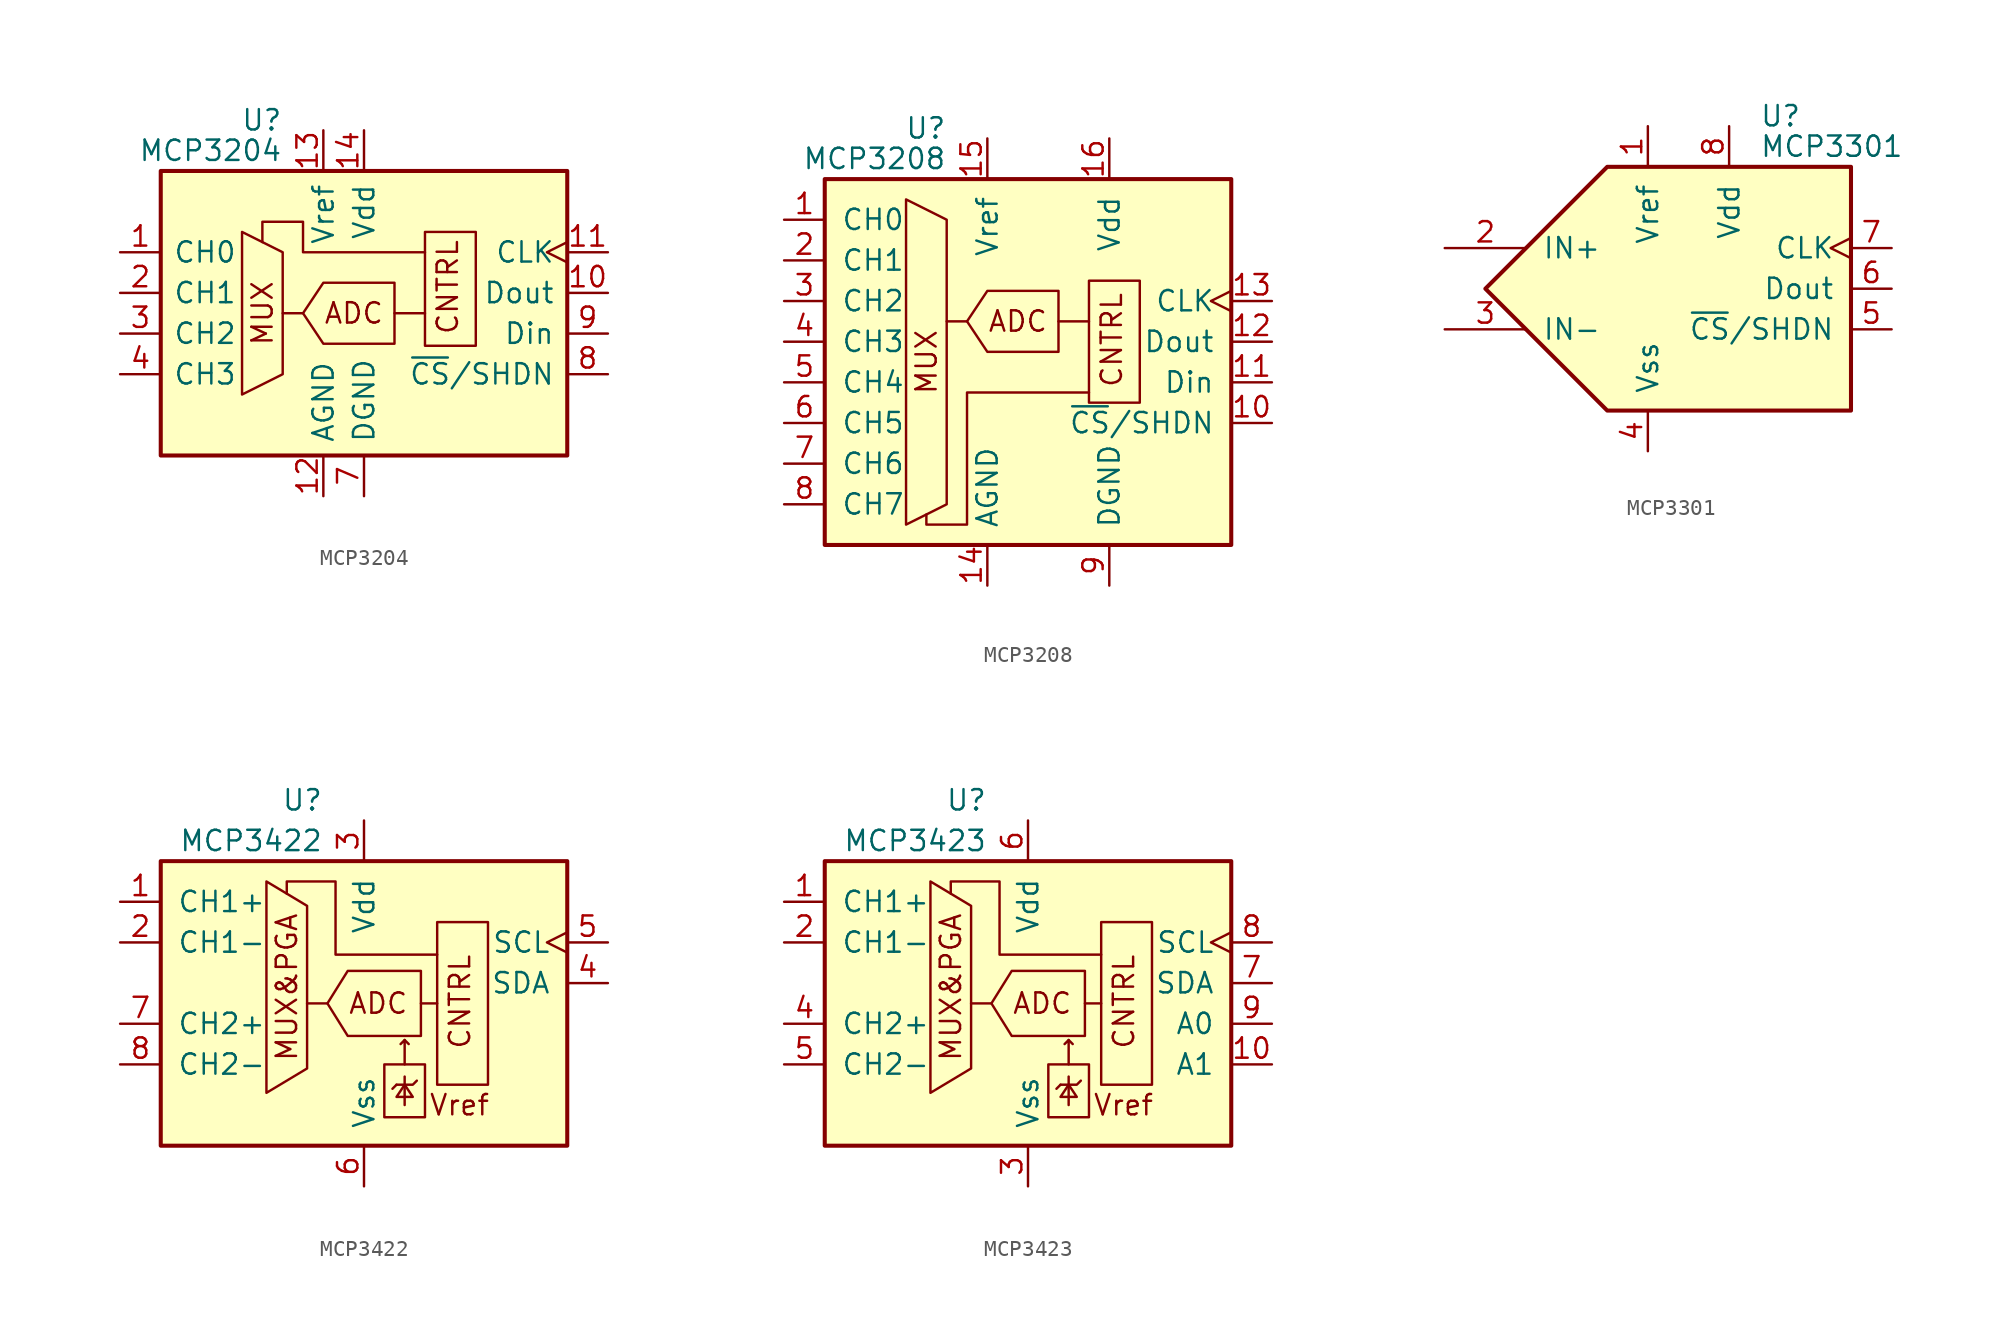
<source format=kicad_sym>
(kicad_symbol_lib
  (version 20220914)
  (generator kicad_symbol_editor)
  (symbol "MCP3204"
    (pin_names
      (offset 0.762))
    (property "Reference" "U"
      (at -5.08 10.795 0)
      (effects (font (size 1.27 1.27)) (justify right)))
    (property "Value" "MCP3204"
      (at -5.08 8.89 0)
      (effects (font (size 1.27 1.27)) (justify right)))
    (symbol "MCP3204_0_0"
      (text "ADC" (at -0.635 -1.27 0) (effects (font (size 1.27 1.27))))
      (text "CNTRL" (at 5.969 -2.667 900) (effects (font (size 1.27 1.27)) (justify left bottom)))
      (text "MUX" (at -6.35 -1.27 900) (effects (font (size 1.27 1.27)))))
    (symbol "MCP3204_0_1"
      (polyline (pts (xy -5.08 -1.27) (xy -3.81 -1.27)) (stroke (width 0) (type default)) (fill (type none)))
      (polyline (pts (xy 1.905 -1.27) (xy 3.81 -1.27)) (stroke (width 0) (type default)) (fill (type none)))
      (polyline (pts (xy -7.62 3.81) (xy -7.62 -6.35) (xy -5.08 -5.08) (xy -5.08 2.54) (xy -7.62 3.81)) (stroke (width 0) (type default)) (fill (type none)))
      (polyline (pts (xy 3.81 2.54) (xy -3.81 2.54) (xy -3.81 4.445) (xy -6.35 4.445) (xy -6.35 3.175)) (stroke (width 0) (type default)) (fill (type none)))
      (polyline (pts (xy -3.81 -1.27) (xy -2.54 0.635) (xy 1.905 0.635) (xy 1.905 -3.175) (xy -2.54 -3.175) (xy -3.81 -1.27)) (stroke (width 0) (type default)) (fill (type none)))
      (rectangle (start 3.81 -3.302) (end 6.985 3.81) (stroke (width 0) (type default)) (fill (type none)))
      (rectangle (start 12.7 7.62) (end -12.7 -10.16) (stroke (width 0.254) (type default)) (fill (type background))))
    (symbol "MCP3204_1_1"
      (pin input line (at -15.24 2.54 0) (length 2.54) (name "CH0" (effects (font (size 1.27 1.27)))) (number "1" (effects (font (size 1.27 1.27)))))
      (pin output line (at 15.24 0 180) (length 2.54) (name "Dout" (effects (font (size 1.27 1.27)))) (number "10" (effects (font (size 1.27 1.27)))))
      (pin input clock (at 15.24 2.54 180) (length 2.54) (name "CLK" (effects (font (size 1.27 1.27)))) (number "11" (effects (font (size 1.27 1.27)))))
      (pin power_in line (at -2.54 -12.7 90) (length 2.54) (name "AGND" (effects (font (size 1.27 1.27)))) (number "12" (effects (font (size 1.27 1.27)))))
      (pin power_in line (at -2.54 10.16 270) (length 2.54) (name "Vref" (effects (font (size 1.27 1.27)))) (number "13" (effects (font (size 1.27 1.27)))))
      (pin power_in line (at 0 10.16 270) (length 2.54) (name "Vdd" (effects (font (size 1.27 1.27)))) (number "14" (effects (font (size 1.27 1.27)))))
      (pin input line (at -15.24 0 0) (length 2.54) (name "CH1" (effects (font (size 1.27 1.27)))) (number "2" (effects (font (size 1.27 1.27)))))
      (pin input line (at -15.24 -2.54 0) (length 2.54) (name "CH2" (effects (font (size 1.27 1.27)))) (number "3" (effects (font (size 1.27 1.27)))))
      (pin input line (at -15.24 -5.08 0) (length 2.54) (name "CH3" (effects (font (size 1.27 1.27)))) (number "4" (effects (font (size 1.27 1.27)))))
      (pin no_connect line (at -10.16 -10.16 90) (length 2.54) hide (name "NC" (effects (font (size 1.27 1.27)))) (number "5" (effects (font (size 1.27 1.27)))))
      (pin no_connect line (at -7.62 -10.16 90) (length 2.54) hide (name "NC" (effects (font (size 1.27 1.27)))) (number "6" (effects (font (size 1.27 1.27)))))
      (pin power_in line (at 0 -12.7 90) (length 2.54) (name "DGND" (effects (font (size 1.27 1.27)))) (number "7" (effects (font (size 1.27 1.27)))))
      (pin input line (at 15.24 -5.08 180) (length 2.54) (name "~{CS}/SHDN" (effects (font (size 1.27 1.27)))) (number "8" (effects (font (size 1.27 1.27)))))
      (pin input line (at 15.24 -2.54 180) (length 2.54) (name "Din" (effects (font (size 1.27 1.27)))) (number "9" (effects (font (size 1.27 1.27)))))))
  (symbol "MCP3208"
    (pin_names
      (offset 1.016))
    (property "Reference" "U"
      (at -5.08 13.335 0)
      (effects (font (size 1.27 1.27)) (justify right)))
    (property "Value" "MCP3208"
      (at -5.08 11.43 0)
      (effects (font (size 1.27 1.27)) (justify right)))
    (symbol "MCP3208_0_0"
      (text "ADC" (at -0.635 1.27 0) (effects (font (size 1.27 1.27))))
      (text "CNTRL" (at 5.969 -2.921 900) (effects (font (size 1.27 1.27)) (justify left bottom)))
      (text "MUX" (at -6.35 -1.27 900) (effects (font (size 1.27 1.27)))))
    (symbol "MCP3208_0_1"
      (polyline (pts (xy -3.81 1.27) (xy -5.08 1.27)) (stroke (width 0) (type default)) (fill (type none)))
      (polyline (pts (xy 1.905 1.27) (xy 3.81 1.27)) (stroke (width 0) (type default)) (fill (type none)))
      (polyline (pts (xy -7.62 8.89) (xy -7.62 -11.43) (xy -5.08 -10.16) (xy -5.08 7.62) (xy -7.62 8.89)) (stroke (width 0) (type default)) (fill (type none)))
      (polyline (pts (xy 3.81 -3.175) (xy -3.81 -3.175) (xy -3.81 -11.43) (xy -6.35 -11.43) (xy -6.35 -10.795)) (stroke (width 0) (type default)) (fill (type none)))
      (polyline (pts (xy 1.905 3.175) (xy 1.905 -0.635) (xy -2.54 -0.635) (xy -3.81 1.27) (xy -2.54 3.175) (xy 1.905 3.175)) (stroke (width 0) (type default)) (fill (type none)))
      (rectangle (start 3.81 -3.81) (end 6.985 3.81) (stroke (width 0) (type default)) (fill (type none)))
      (rectangle (start 12.7 -12.7) (end -12.7 10.16) (stroke (width 0.254) (type default)) (fill (type background))))
    (symbol "MCP3208_1_1"
      (pin input line (at -15.24 7.62 0) (length 2.54) (name "CH0" (effects (font (size 1.27 1.27)))) (number "1" (effects (font (size 1.27 1.27)))))
      (pin input line (at 15.24 -5.08 180) (length 2.54) (name "~{CS}/SHDN" (effects (font (size 1.27 1.27)))) (number "10" (effects (font (size 1.27 1.27)))))
      (pin input line (at 15.24 -2.54 180) (length 2.54) (name "Din" (effects (font (size 1.27 1.27)))) (number "11" (effects (font (size 1.27 1.27)))))
      (pin output line (at 15.24 0 180) (length 2.54) (name "Dout" (effects (font (size 1.27 1.27)))) (number "12" (effects (font (size 1.27 1.27)))))
      (pin input clock (at 15.24 2.54 180) (length 2.54) (name "CLK" (effects (font (size 1.27 1.27)))) (number "13" (effects (font (size 1.27 1.27)))))
      (pin power_in line (at -2.54 -15.24 90) (length 2.54) (name "AGND" (effects (font (size 1.27 1.27)))) (number "14" (effects (font (size 1.27 1.27)))))
      (pin power_in line (at -2.54 12.7 270) (length 2.54) (name "Vref" (effects (font (size 1.27 1.27)))) (number "15" (effects (font (size 1.27 1.27)))))
      (pin power_in line (at 5.08 12.7 270) (length 2.54) (name "Vdd" (effects (font (size 1.27 1.27)))) (number "16" (effects (font (size 1.27 1.27)))))
      (pin input line (at -15.24 5.08 0) (length 2.54) (name "CH1" (effects (font (size 1.27 1.27)))) (number "2" (effects (font (size 1.27 1.27)))))
      (pin input line (at -15.24 2.54 0) (length 2.54) (name "CH2" (effects (font (size 1.27 1.27)))) (number "3" (effects (font (size 1.27 1.27)))))
      (pin input line (at -15.24 0 0) (length 2.54) (name "CH3" (effects (font (size 1.27 1.27)))) (number "4" (effects (font (size 1.27 1.27)))))
      (pin input line (at -15.24 -2.54 0) (length 2.54) (name "CH4" (effects (font (size 1.27 1.27)))) (number "5" (effects (font (size 1.27 1.27)))))
      (pin input line (at -15.24 -5.08 0) (length 2.54) (name "CH5" (effects (font (size 1.27 1.27)))) (number "6" (effects (font (size 1.27 1.27)))))
      (pin input line (at -15.24 -7.62 0) (length 2.54) (name "CH6" (effects (font (size 1.27 1.27)))) (number "7" (effects (font (size 1.27 1.27)))))
      (pin input line (at -15.24 -10.16 0) (length 2.54) (name "CH7" (effects (font (size 1.27 1.27)))) (number "8" (effects (font (size 1.27 1.27)))))
      (pin power_in line (at 5.08 -15.24 90) (length 2.54) (name "DGND" (effects (font (size 1.27 1.27)))) (number "9" (effects (font (size 1.27 1.27)))))))
  (symbol "MCP3301"
    (pin_names
      (offset 1.016))
    (property "Reference" "U"
      (at 4.445 10.795 0)
      (effects (font (size 1.27 1.27)) (justify left)))
    (property "Value" "MCP3301"
      (at 4.445 8.89 0)
      (effects (font (size 1.27 1.27)) (justify left)))
    (symbol "MCP3301_0_0"
      (polyline (pts (xy -12.7 0) (xy -5.08 7.62) (xy 10.16 7.62) (xy 10.16 -7.62) (xy -5.08 -7.62) (xy -12.7 0)) (stroke (width 0.254) (type default)) (fill (type background))))
    (symbol "MCP3301_1_1"
      (pin power_in line (at -2.54 10.16 270) (length 2.54) (name "Vref" (effects (font (size 1.27 1.27)))) (number "1" (effects (font (size 1.27 1.27)))))
      (pin input line (at -15.24 2.54 0) (length 5.08) (name "IN+" (effects (font (size 1.27 1.27)))) (number "2" (effects (font (size 1.27 1.27)))))
      (pin input line (at -15.24 -2.54 0) (length 5.08) (name "IN-" (effects (font (size 1.27 1.27)))) (number "3" (effects (font (size 1.27 1.27)))))
      (pin power_in line (at -2.54 -10.16 90) (length 2.54) (name "Vss" (effects (font (size 1.27 1.27)))) (number "4" (effects (font (size 1.27 1.27)))))
      (pin input line (at 12.7 -2.54 180) (length 2.54) (name "~{CS}/SHDN" (effects (font (size 1.27 1.27)))) (number "5" (effects (font (size 1.27 1.27)))))
      (pin output line (at 12.7 0 180) (length 2.54) (name "Dout" (effects (font (size 1.27 1.27)))) (number "6" (effects (font (size 1.27 1.27)))))
      (pin input clock (at 12.7 2.54 180) (length 2.54) (name "CLK" (effects (font (size 1.27 1.27)))) (number "7" (effects (font (size 1.27 1.27)))))
      (pin power_in line (at 2.54 10.16 270) (length 2.54) (name "Vdd" (effects (font (size 1.27 1.27)))) (number "8" (effects (font (size 1.27 1.27)))))))
  (symbol "MCP3422"
    (pin_names
      (offset 1.016))
    (property "Reference" "U"
      (at -2.54 11.43 0)
      (effects (font (size 1.27 1.27)) (justify right)))
    (property "Value" "MCP3422"
      (at -2.54 8.89 0)
      (effects (font (size 1.27 1.27)) (justify right)))
    (symbol "MCP3422_0_0"
      (polyline (pts (xy -6.096 6.35) (xy -3.556 4.826) (xy -3.556 -5.334) (xy -6.096 -6.858) (xy -6.096 6.35)) (stroke (width 0) (type default)) (fill (type none)))
      (polyline (pts (xy 4.572 1.778) (xy -1.778 1.778) (xy -1.778 6.35) (xy -4.826 6.35) (xy -4.826 5.588)) (stroke (width 0) (type default)) (fill (type none)))
      (polyline (pts (xy 3.556 0.762) (xy 3.556 -3.302) (xy -1.016 -3.302) (xy -2.286 -1.27) (xy -1.016 0.762) (xy 3.556 0.762)) (stroke (width 0) (type default)) (fill (type none)))
      (text "ADC" (at 0.889 -1.27 0) (effects (font (size 1.27 1.27))))
      (text "CNTRL" (at 6.731 -4.191 900) (effects (font (size 1.27 1.27)) (justify left bottom)))
      (text "MUX&PGA" (at -4.826 -0.254 900) (effects (font (size 1.27 1.27))))
      (text "Vref" (at 5.969 -7.62 0) (effects (font (size 1.27 1.27)))))
    (symbol "MCP3422_0_1"
      (polyline (pts (xy -3.556 -1.27) (xy -2.286 -1.27)) (stroke (width 0) (type default)) (fill (type none)))
      (polyline (pts (xy 2.032 -6.35) (xy 1.778 -6.604)) (stroke (width 0) (type default)) (fill (type none)))
      (polyline (pts (xy 2.54 -5.842) (xy 2.54 -7.62)) (stroke (width 0) (type default)) (fill (type none)))
      (polyline (pts (xy 2.54 -3.556) (xy 2.794 -3.81)) (stroke (width 0) (type default)) (fill (type none)))
      (polyline (pts (xy 3.556 -1.27) (xy 4.572 -1.27)) (stroke (width 0) (type default)) (fill (type none)))
      (polyline (pts (xy 2.032 -6.35) (xy 3.048 -6.35) (xy 3.302 -6.096)) (stroke (width 0) (type default)) (fill (type none)))
      (polyline (pts (xy 2.54 -5.08) (xy 2.54 -3.556) (xy 2.286 -3.81)) (stroke (width 0) (type default)) (fill (type none)))
      (polyline (pts (xy 2.54 -6.35) (xy 2.032 -7.112) (xy 3.048 -7.112) (xy 2.54 -6.35)) (stroke (width 0) (type default)) (fill (type none)))
      (rectangle (start 1.27 -5.08) (end 3.81 -8.382) (stroke (width 0) (type default)) (fill (type none)))
      (rectangle (start 4.572 -6.35) (end 7.747 3.81) (stroke (width 0) (type default)) (fill (type none)))
      (rectangle (start 12.7 7.62) (end -12.7 -10.16) (stroke (width 0.254) (type default)) (fill (type background))))
    (symbol "MCP3422_1_1"
      (pin input line (at -15.24 5.08 0) (length 2.54) (name "CH1+" (effects (font (size 1.27 1.27)))) (number "1" (effects (font (size 1.27 1.27)))))
      (pin input line (at -15.24 2.54 0) (length 2.54) (name "CH1-" (effects (font (size 1.27 1.27)))) (number "2" (effects (font (size 1.27 1.27)))))
      (pin power_in line (at 0 10.16 270) (length 2.54) (name "Vdd" (effects (font (size 1.27 1.27)))) (number "3" (effects (font (size 1.27 1.27)))))
      (pin bidirectional line (at 15.24 0 180) (length 2.54) (name "SDA" (effects (font (size 1.27 1.27)))) (number "4" (effects (font (size 1.27 1.27)))))
      (pin input clock (at 15.24 2.54 180) (length 2.54) (name "SCL" (effects (font (size 1.27 1.27)))) (number "5" (effects (font (size 1.27 1.27)))))
      (pin power_in line (at 0 -12.7 90) (length 2.54) (name "Vss" (effects (font (size 1.27 1.27)))) (number "6" (effects (font (size 1.27 1.27)))))
      (pin input line (at -15.24 -2.54 0) (length 2.54) (name "CH2+" (effects (font (size 1.27 1.27)))) (number "7" (effects (font (size 1.27 1.27)))))
      (pin input line (at -15.24 -5.08 0) (length 2.54) (name "CH2-" (effects (font (size 1.27 1.27)))) (number "8" (effects (font (size 1.27 1.27)))))))
  (symbol "MCP3423"
    (pin_names
      (offset 1.016))
    (property "Reference" "U"
      (at -2.54 11.43 0)
      (effects (font (size 1.27 1.27)) (justify right)))
    (property "Value" "MCP3423"
      (at -2.54 8.89 0)
      (effects (font (size 1.27 1.27)) (justify right)))
    (symbol "MCP3423_0_0"
      (polyline (pts (xy -6.096 6.35) (xy -3.556 4.826) (xy -3.556 -5.334) (xy -6.096 -6.858) (xy -6.096 6.35)) (stroke (width 0) (type default)) (fill (type none)))
      (polyline (pts (xy 4.572 1.778) (xy -1.778 1.778) (xy -1.778 6.35) (xy -4.826 6.35) (xy -4.826 5.588)) (stroke (width 0) (type default)) (fill (type none)))
      (polyline (pts (xy 3.556 0.762) (xy 3.556 -3.302) (xy -1.016 -3.302) (xy -2.286 -1.27) (xy -1.016 0.762) (xy 3.556 0.762)) (stroke (width 0) (type default)) (fill (type none)))
      (text "ADC" (at 0.889 -1.27 0) (effects (font (size 1.27 1.27))))
      (text "CNTRL" (at 6.731 -4.191 900) (effects (font (size 1.27 1.27)) (justify left bottom)))
      (text "MUX&PGA" (at -4.826 -0.254 900) (effects (font (size 1.27 1.27))))
      (text "Vref" (at 5.969 -7.62 0) (effects (font (size 1.27 1.27)))))
    (symbol "MCP3423_0_1"
      (polyline (pts (xy -3.556 -1.27) (xy -2.286 -1.27)) (stroke (width 0) (type default)) (fill (type none)))
      (polyline (pts (xy 2.032 -6.35) (xy 1.778 -6.604)) (stroke (width 0) (type default)) (fill (type none)))
      (polyline (pts (xy 2.54 -5.842) (xy 2.54 -7.62)) (stroke (width 0) (type default)) (fill (type none)))
      (polyline (pts (xy 2.54 -3.556) (xy 2.794 -3.81)) (stroke (width 0) (type default)) (fill (type none)))
      (polyline (pts (xy 3.556 -1.27) (xy 4.572 -1.27)) (stroke (width 0) (type default)) (fill (type none)))
      (polyline (pts (xy 2.032 -6.35) (xy 3.048 -6.35) (xy 3.302 -6.096)) (stroke (width 0) (type default)) (fill (type none)))
      (polyline (pts (xy 2.54 -5.08) (xy 2.54 -3.556) (xy 2.286 -3.81)) (stroke (width 0) (type default)) (fill (type none)))
      (polyline (pts (xy 2.54 -6.35) (xy 2.032 -7.112) (xy 3.048 -7.112) (xy 2.54 -6.35)) (stroke (width 0) (type default)) (fill (type none)))
      (rectangle (start 1.27 -5.08) (end 3.81 -8.382) (stroke (width 0) (type default)) (fill (type none)))
      (rectangle (start 4.572 -6.35) (end 7.747 3.81) (stroke (width 0) (type default)) (fill (type none)))
      (rectangle (start 12.7 7.62) (end -12.7 -10.16) (stroke (width 0.254) (type default)) (fill (type background))))
    (symbol "MCP3423_1_1"
      (pin input line (at -15.24 5.08 0) (length 2.54) (name "CH1+" (effects (font (size 1.27 1.27)))) (number "1" (effects (font (size 1.27 1.27)))))
      (pin input line (at 15.24 -5.08 180) (length 2.54) (name "A1" (effects (font (size 1.27 1.27)))) (number "10" (effects (font (size 1.27 1.27)))))
      (pin input line (at -15.24 2.54 0) (length 2.54) (name "CH1-" (effects (font (size 1.27 1.27)))) (number "2" (effects (font (size 1.27 1.27)))))
      (pin power_in line (at 0 -12.7 90) (length 2.54) (name "Vss" (effects (font (size 1.27 1.27)))) (number "3" (effects (font (size 1.27 1.27)))))
      (pin input line (at -15.24 -2.54 0) (length 2.54) (name "CH2+" (effects (font (size 1.27 1.27)))) (number "4" (effects (font (size 1.27 1.27)))))
      (pin input line (at -15.24 -5.08 0) (length 2.54) (name "CH2-" (effects (font (size 1.27 1.27)))) (number "5" (effects (font (size 1.27 1.27)))))
      (pin power_in line (at 0 10.16 270) (length 2.54) (name "Vdd" (effects (font (size 1.27 1.27)))) (number "6" (effects (font (size 1.27 1.27)))))
      (pin bidirectional line (at 15.24 0 180) (length 2.54) (name "SDA" (effects (font (size 1.27 1.27)))) (number "7" (effects (font (size 1.27 1.27)))))
      (pin input clock (at 15.24 2.54 180) (length 2.54) (name "SCL" (effects (font (size 1.27 1.27)))) (number "8" (effects (font (size 1.27 1.27)))))
      (pin input line (at 15.24 -2.54 180) (length 2.54) (name "A0" (effects (font (size 1.27 1.27)))) (number "9" (effects (font (size 1.27 1.27))))))))
</source>
